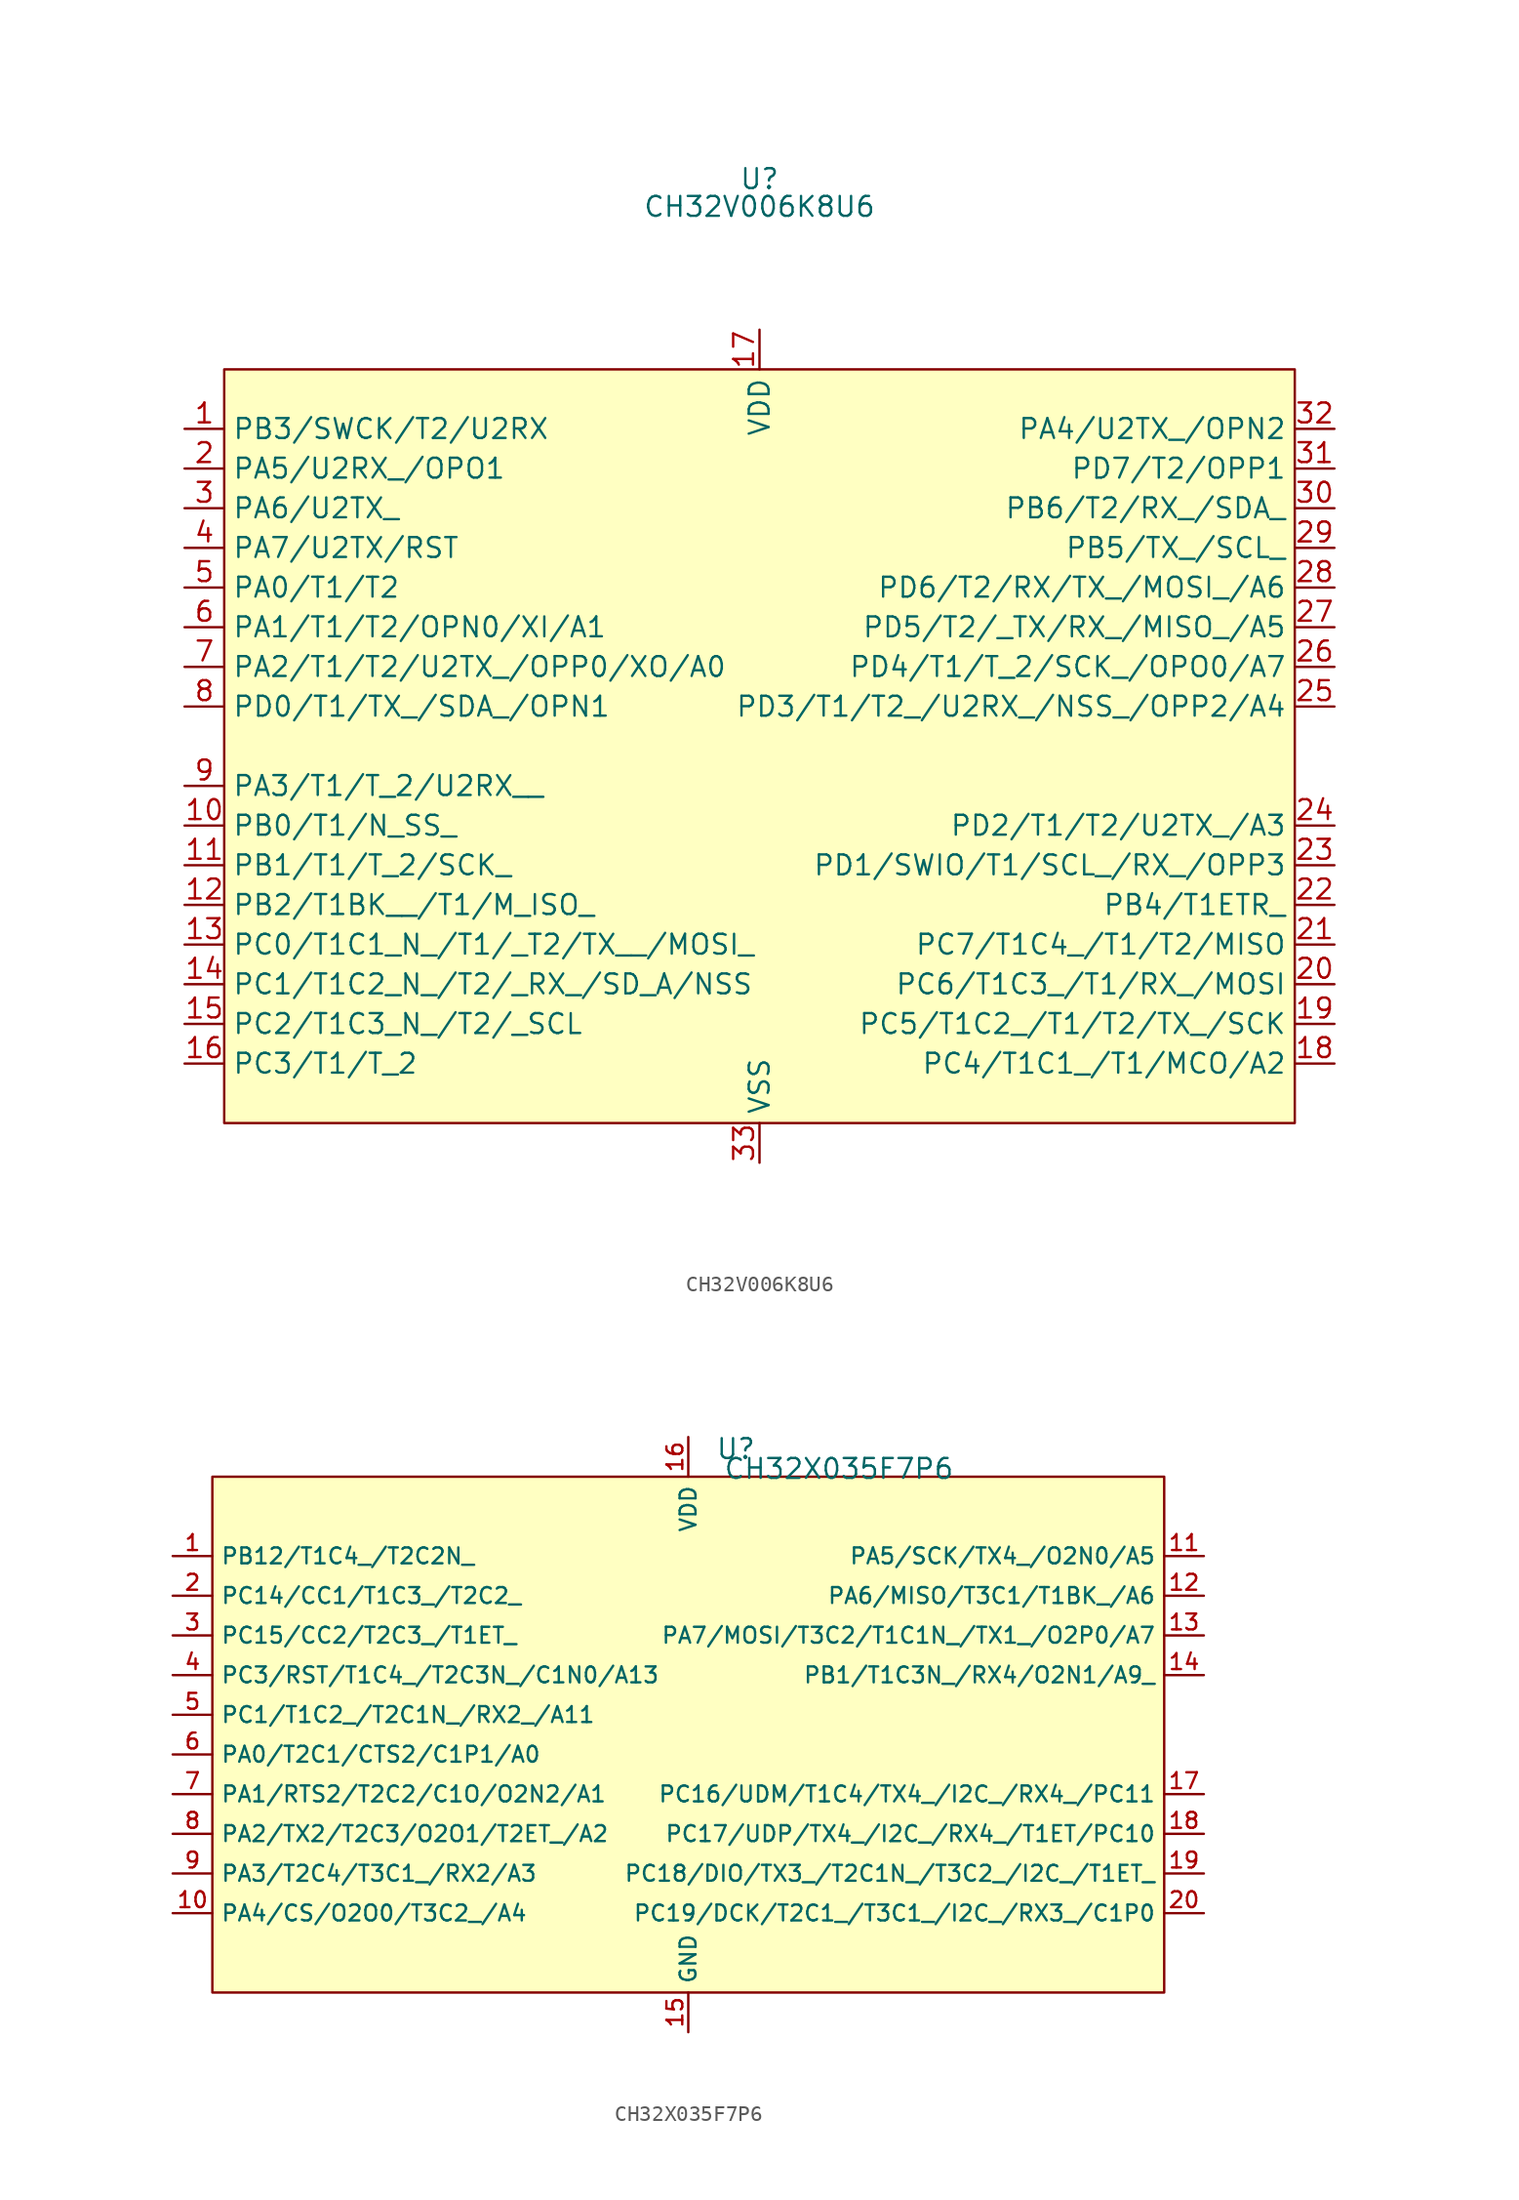
<source format=kicad_sym>
(kicad_symbol_lib
  (version 20241209)
  (generator "kicad_symbol_editor")
  (generator_version "9.0")
  (symbol "CH32V006K8U6"
    (property "Reference" "U"
      (at 0 36.322 0)
      (effects (font (size 1.27 1.27))))
    (property "Value" "CH32V006K8U6"
      (at 0 34.544 0)
      (effects (font (size 1.27 1.27))))
    (symbol "CH32V006K8U6_1_1"
      (rectangle (start -34.29 24.13) (end 34.29 -24.13) (stroke (width 0) (type solid)) (fill (type background)))
      (pin input line (at -36.83 20.32 0) (length 2.54) (name "PB3/SWCK/T2/U2RX" (effects (font (size 1.27 1.27)))) (number "1" (effects (font (size 1.27 1.27)))))
      (pin input line (at -36.83 17.78 0) (length 2.54) (name "PA5/U2RX_/OPO1" (effects (font (size 1.27 1.27)))) (number "2" (effects (font (size 1.27 1.27)))))
      (pin input line (at -36.83 15.24 0) (length 2.54) (name "PA6/U2TX_" (effects (font (size 1.27 1.27)))) (number "3" (effects (font (size 1.27 1.27)))))
      (pin input line (at -36.83 12.7 0) (length 2.54) (name "PA7/U2TX/RST" (effects (font (size 1.27 1.27)))) (number "4" (effects (font (size 1.27 1.27)))))
      (pin input line (at -36.83 10.16 0) (length 2.54) (name "PA0/T1/T2" (effects (font (size 1.27 1.27)))) (number "5" (effects (font (size 1.27 1.27)))))
      (pin input line (at -36.83 7.62 0) (length 2.54) (name "PA1/T1/T2/OPN0/XI/A1" (effects (font (size 1.27 1.27)))) (number "6" (effects (font (size 1.27 1.27)))))
      (pin input line (at -36.83 5.08 0) (length 2.54) (name "PA2/T1/T2/U2TX_/OPP0/XO/A0" (effects (font (size 1.27 1.27)))) (number "7" (effects (font (size 1.27 1.27)))))
      (pin input line (at -36.83 2.54 0) (length 2.54) (name "PD0/T1/TX_/SDA_/OPN1" (effects (font (size 1.27 1.27)))) (number "8" (effects (font (size 1.27 1.27)))))
      (pin input line (at -36.83 -2.54 0) (length 2.54) (name "PA3/T1/T_2/U2RX__" (effects (font (size 1.27 1.27)))) (number "9" (effects (font (size 1.27 1.27)))))
      (pin input line (at -36.83 -5.08 0) (length 2.54) (name "PB0/T1/N_SS_" (effects (font (size 1.27 1.27)))) (number "10" (effects (font (size 1.27 1.27)))))
      (pin input line (at -36.83 -7.62 0) (length 2.54) (name "PB1/T1/T_2/SCK_" (effects (font (size 1.27 1.27)))) (number "11" (effects (font (size 1.27 1.27)))))
      (pin input line (at -36.83 -10.16 0) (length 2.54) (name "PB2/T1BK__/T1/M_ISO_" (effects (font (size 1.27 1.27)))) (number "12" (effects (font (size 1.27 1.27)))))
      (pin input line (at -36.83 -12.7 0) (length 2.54) (name "PC0/T1C1_N_/T1/_T2/TX__/MOSI_" (effects (font (size 1.27 1.27)))) (number "13" (effects (font (size 1.27 1.27)))))
      (pin input line (at -36.83 -15.24 0) (length 2.54) (name "PC1/T1C2_N_/T2/_RX_/SD_A/NSS" (effects (font (size 1.27 1.27)))) (number "14" (effects (font (size 1.27 1.27)))))
      (pin input line (at -36.83 -17.78 0) (length 2.54) (name "PC2/T1C3_N_/T2/_SCL" (effects (font (size 1.27 1.27)))) (number "15" (effects (font (size 1.27 1.27)))))
      (pin input line (at -36.83 -20.32 0) (length 2.54) (name "PC3/T1/T_2" (effects (font (size 1.27 1.27)))) (number "16" (effects (font (size 1.27 1.27)))))
      (pin input line (at 0 26.67 270) (length 2.54) (name "VDD" (effects (font (size 1.27 1.27)))) (number "17" (effects (font (size 1.27 1.27)))))
      (pin input line (at 0 -26.67 90) (length 2.54) (name "VSS" (effects (font (size 1.27 1.27)))) (number "33" (effects (font (size 1.27 1.27)))))
      (pin input line (at 36.83 20.32 180) (length 2.54) (name "PA4/U2TX_/OPN2" (effects (font (size 1.27 1.27)))) (number "32" (effects (font (size 1.27 1.27)))))
      (pin input line (at 36.83 17.78 180) (length 2.54) (name "PD7/T2/OPP1" (effects (font (size 1.27 1.27)))) (number "31" (effects (font (size 1.27 1.27)))))
      (pin input line (at 36.83 15.24 180) (length 2.54) (name "PB6/T2/RX_/SDA_" (effects (font (size 1.27 1.27)))) (number "30" (effects (font (size 1.27 1.27)))))
      (pin input line (at 36.83 12.7 180) (length 2.54) (name "PB5/TX_/SCL_" (effects (font (size 1.27 1.27)))) (number "29" (effects (font (size 1.27 1.27)))))
      (pin input line (at 36.83 10.16 180) (length 2.54) (name "PD6/T2/RX/TX_/MOSI_/A6" (effects (font (size 1.27 1.27)))) (number "28" (effects (font (size 1.27 1.27)))))
      (pin input line (at 36.83 7.62 180) (length 2.54) (name "PD5/T2/_TX/RX_/MISO_/A5" (effects (font (size 1.27 1.27)))) (number "27" (effects (font (size 1.27 1.27)))))
      (pin input line (at 36.83 5.08 180) (length 2.54) (name "PD4/T1/T_2/SCK_/OPO0/A7" (effects (font (size 1.27 1.27)))) (number "26" (effects (font (size 1.27 1.27)))))
      (pin input line (at 36.83 2.54 180) (length 2.54) (name "PD3/T1/T2_/U2RX_/NSS_/OPP2/A4" (effects (font (size 1.27 1.27)))) (number "25" (effects (font (size 1.27 1.27)))))
      (pin input line (at 36.83 -5.08 180) (length 2.54) (name "PD2/T1/T2/U2TX_/A3" (effects (font (size 1.27 1.27)))) (number "24" (effects (font (size 1.27 1.27)))))
      (pin input line (at 36.83 -7.62 180) (length 2.54) (name "PD1/SWIO/T1/SCL_/RX_/OPP3" (effects (font (size 1.27 1.27)))) (number "23" (effects (font (size 1.27 1.27)))))
      (pin input line (at 36.83 -10.16 180) (length 2.54) (name "PB4/T1ETR_" (effects (font (size 1.27 1.27)))) (number "22" (effects (font (size 1.27 1.27)))))
      (pin input line (at 36.83 -12.7 180) (length 2.54) (name "PC7/T1C4_/T1/T2/MISO" (effects (font (size 1.27 1.27)))) (number "21" (effects (font (size 1.27 1.27)))))
      (pin input line (at 36.83 -15.24 180) (length 2.54) (name "PC6/T1C3_/T1/RX_/MOSI" (effects (font (size 1.27 1.27)))) (number "20" (effects (font (size 1.27 1.27)))))
      (pin input line (at 36.83 -17.78 180) (length 2.54) (name "PC5/T1C2_/T1/T2/TX_/SCK" (effects (font (size 1.27 1.27)))) (number "19" (effects (font (size 1.27 1.27)))))
      (pin input line (at 36.83 -20.32 180) (length 2.54) (name "PC4/T1C1_/T1/MCO/A2" (effects (font (size 1.27 1.27)))) (number "18" (effects (font (size 1.27 1.27)))))))
  (symbol "CH32X035F7P6"
    (property "Reference" "U"
      (at 3.048 18.288 0)
      (effects (font (size 1.27 1.27))))
    (property "Value" "CH32X035F7P6"
      (at 9.652 17.018 0)
      (effects (font (size 1.27 1.27))))
    (symbol "CH32X035F7P6_1_0"
      (pin passive line (at -33.02 11.43 0) (length 2.54) (name "PB12/T1C4_/T2C2N_" (effects (font (size 1.016 1.016)))) (number "1" (effects (font (size 1.016 1.016)))))
      (pin passive line (at -33.02 8.89 0) (length 2.54) (name "PC14/CC1/T1C3_/T2C2_" (effects (font (size 1.016 1.016)))) (number "2" (effects (font (size 1.016 1.016)))))
      (pin passive line (at -33.02 6.35 0) (length 2.54) (name "PC15/CC2/T2C3_/T1ET_" (effects (font (size 1.016 1.016)))) (number "3" (effects (font (size 1.016 1.016)))))
      (pin passive line (at -33.02 3.81 0) (length 2.54) (name "PC3/RST/T1C4_/T2C3N_/C1N0/A13" (effects (font (size 1.016 1.016)))) (number "4" (effects (font (size 1.016 1.016)))))
      (pin passive line (at -33.02 1.27 0) (length 2.54) (name "PC1/T1C2_/T2C1N_/RX2_/A11" (effects (font (size 1.016 1.016)))) (number "5" (effects (font (size 1.016 1.016)))))
      (pin passive line (at -33.02 -1.27 0) (length 2.54) (name "PA0/T2C1/CTS2/C1P1/A0" (effects (font (size 1.016 1.016)))) (number "6" (effects (font (size 1.016 1.016)))))
      (pin passive line (at -33.02 -3.81 0) (length 2.54) (name "PA1/RTS2/T2C2/C1O/O2N2/A1" (effects (font (size 1.016 1.016)))) (number "7" (effects (font (size 1.016 1.016)))))
      (pin passive line (at -33.02 -6.35 0) (length 2.54) (name "PA2/TX2/T2C3/O2O1/T2ET_/A2" (effects (font (size 1.016 1.016)))) (number "8" (effects (font (size 1.016 1.016)))))
      (pin passive line (at -33.02 -8.89 0) (length 2.54) (name "PA3/T2C4/T3C1_/RX2/A3" (effects (font (size 1.016 1.016)))) (number "9" (effects (font (size 1.016 1.016)))))
      (pin passive line (at -33.02 -11.43 0) (length 2.54) (name "PA4/CS/O2O0/T3C2_/A4" (effects (font (size 1.016 1.016)))) (number "10" (effects (font (size 1.016 1.016)))))
      (pin passive line (at 0 19.05 270) (length 2.54) (name "VDD" (effects (font (size 1.016 1.016)))) (number "16" (effects (font (size 1.016 1.016)))))
      (pin passive line (at 0 -19.05 90) (length 2.54) (name "GND" (effects (font (size 1.016 1.016)))) (number "15" (effects (font (size 1.016 1.016)))))
      (pin passive line (at 33.02 11.43 180) (length 2.54) (name "PA5/SCK/TX4_/O2N0/A5" (effects (font (size 1.016 1.016)))) (number "11" (effects (font (size 1.016 1.016)))))
      (pin passive line (at 33.02 8.89 180) (length 2.54) (name "PA6/MISO/T3C1/T1BK_/A6" (effects (font (size 1.016 1.016)))) (number "12" (effects (font (size 1.016 1.016)))))
      (pin passive line (at 33.02 6.35 180) (length 2.54) (name "PA7/MOSI/T3C2/T1C1N_/TX1_/O2P0/A7" (effects (font (size 1.016 1.016)))) (number "13" (effects (font (size 1.016 1.016)))))
      (pin passive line (at 33.02 3.81 180) (length 2.54) (name "PB1/T1C3N_/RX4/O2N1/A9_" (effects (font (size 1.016 1.016)))) (number "14" (effects (font (size 1.016 1.016)))))
      (pin passive line (at 33.02 -3.81 180) (length 2.54) (name "PC16/UDM/T1C4/TX4_/I2C_/RX4_/PC11" (effects (font (size 1.016 1.016)))) (number "17" (effects (font (size 1.016 1.016)))))
      (pin passive line (at 33.02 -6.35 180) (length 2.54) (name "PC17/UDP/TX4_/I2C_/RX4_/T1ET/PC10" (effects (font (size 1.016 1.016)))) (number "18" (effects (font (size 1.016 1.016)))))
      (pin passive line (at 33.02 -8.89 180) (length 2.54) (name "PC18/DIO/TX3_/T2C1N_/T3C2_/I2C_/T1ET_" (effects (font (size 1.016 1.016)))) (number "19" (effects (font (size 1.016 1.016)))))
      (pin passive line (at 33.02 -11.43 180) (length 2.54) (name "PC19/DCK/T2C1_/T3C1_/I2C_/RX3_/C1P0" (effects (font (size 1.016 1.016)))) (number "20" (effects (font (size 1.016 1.016))))))
    (symbol "CH32X035F7P6_1_1"
      (rectangle (start -30.48 16.51) (end 30.48 -16.51) (stroke (width 0) (type solid)) (fill (type background))))))
</source>
